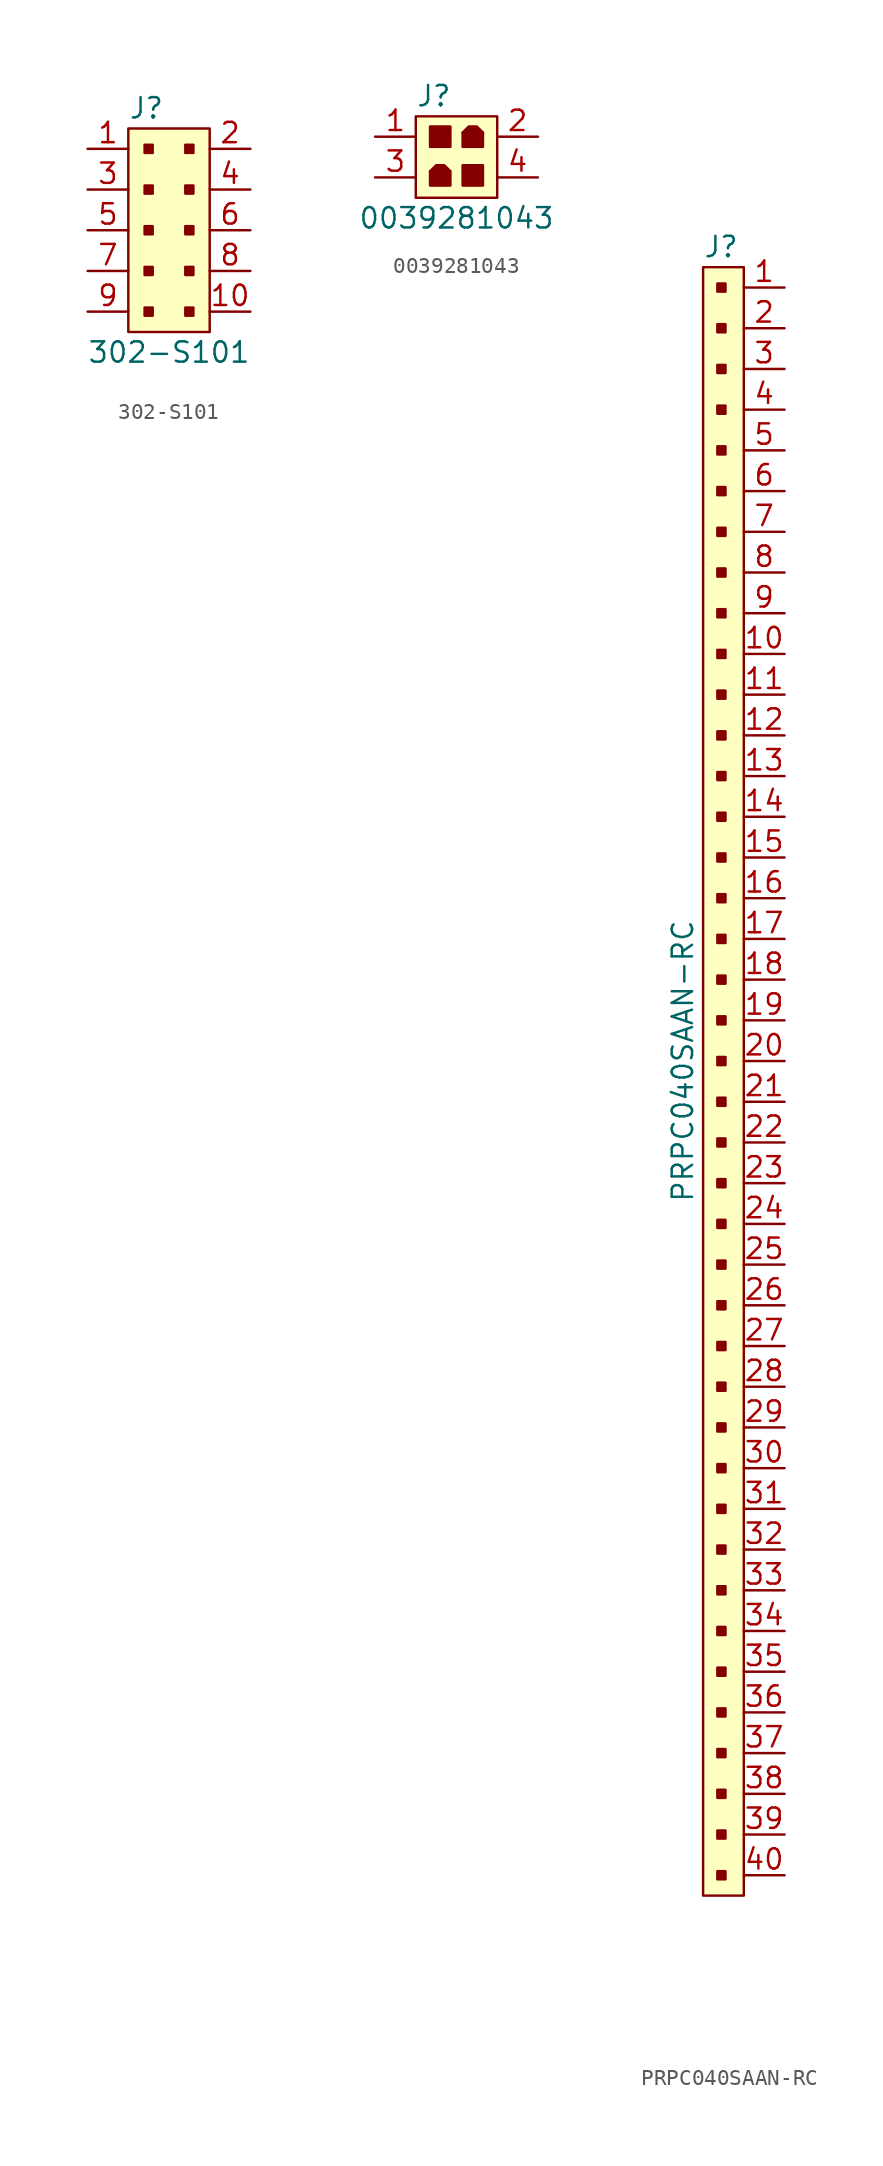
<source format=kicad_sym>
(kicad_symbol_lib
  (version 20220914)
  (generator kicad_symbol_editor)
  (symbol "302-S101"
    (pin_names
      (offset 1.016))
    (property "Reference" "J"
      (at -2.54 7.62 0)
      (effects (font (size 1.27 1.27)) (justify left)))
    (property "Value" "302-S101"
      (at 0 -7.62 0)
      (effects (font (size 1.27 1.27))))
    (symbol "302-S101_1_1"
      (rectangle (start -2.54 6.35) (end 2.54 -6.35) (stroke (width 0) (type solid)) (fill (type background)))
      (rectangle (start -1.524 -4.826) (end -1.016 -5.334) (stroke (width 0) (type solid)) (fill (type outline)))
      (rectangle (start -1.524 -2.286) (end -1.016 -2.794) (stroke (width 0) (type solid)) (fill (type outline)))
      (rectangle (start -1.524 0.254) (end -1.016 -0.254) (stroke (width 0) (type solid)) (fill (type outline)))
      (rectangle (start -1.524 2.794) (end -1.016 2.286) (stroke (width 0) (type solid)) (fill (type outline)))
      (rectangle (start -1.524 5.334) (end -1.016 4.826) (stroke (width 0) (type solid)) (fill (type outline)))
      (rectangle (start 1.016 -4.826) (end 1.524 -5.334) (stroke (width 0) (type solid)) (fill (type outline)))
      (rectangle (start 1.016 -2.286) (end 1.524 -2.794) (stroke (width 0) (type solid)) (fill (type outline)))
      (rectangle (start 1.016 0.254) (end 1.524 -0.254) (stroke (width 0) (type solid)) (fill (type outline)))
      (rectangle (start 1.016 2.794) (end 1.524 2.286) (stroke (width 0) (type solid)) (fill (type outline)))
      (rectangle (start 1.016 5.334) (end 1.524 4.826) (stroke (width 0) (type solid)) (fill (type outline)))
      (pin passive line (at -5.08 5.08 0) (length 2.54) (name "~" (effects (font (size 1.27 1.27)))) (number "1" (effects (font (size 1.27 1.27)))))
      (pin passive line (at 5.08 -5.08 180) (length 2.54) (name "~" (effects (font (size 1.27 1.27)))) (number "10" (effects (font (size 1.27 1.27)))))
      (pin passive line (at 5.08 5.08 180) (length 2.54) (name "~" (effects (font (size 1.27 1.27)))) (number "2" (effects (font (size 1.27 1.27)))))
      (pin passive line (at -5.08 2.54 0) (length 2.54) (name "~" (effects (font (size 1.27 1.27)))) (number "3" (effects (font (size 1.27 1.27)))))
      (pin passive line (at 5.08 2.54 180) (length 2.54) (name "~" (effects (font (size 1.27 1.27)))) (number "4" (effects (font (size 1.27 1.27)))))
      (pin passive line (at -5.08 0 0) (length 2.54) (name "~" (effects (font (size 1.27 1.27)))) (number "5" (effects (font (size 1.27 1.27)))))
      (pin passive line (at 5.08 0 180) (length 2.54) (name "~" (effects (font (size 1.27 1.27)))) (number "6" (effects (font (size 1.27 1.27)))))
      (pin passive line (at -5.08 -2.54 0) (length 2.54) (name "~" (effects (font (size 1.27 1.27)))) (number "7" (effects (font (size 1.27 1.27)))))
      (pin passive line (at 5.08 -2.54 180) (length 2.54) (name "~" (effects (font (size 1.27 1.27)))) (number "8" (effects (font (size 1.27 1.27)))))
      (pin passive line (at -5.08 -5.08 0) (length 2.54) (name "~" (effects (font (size 1.27 1.27)))) (number "9" (effects (font (size 1.27 1.27)))))))
  (symbol "0039281043"
    (pin_names
      (offset 1.016))
    (property "Reference" "J"
      (at -2.54 5.08 0)
      (effects (font (size 1.27 1.27)) (justify left)))
    (property "Value" "0039281043"
      (at 0 -2.54 0)
      (effects (font (size 1.27 1.27))))
    (symbol "0039281043_0_1"
      (polyline (pts (xy -0.381 0.381) (xy -0.762 0.762) (xy -1.27 0.762) (xy -1.651 0.381)) (stroke (width 0) (type solid)) (fill (type outline)))
      (polyline (pts (xy 0.381 2.794) (xy 0.762 3.175) (xy 1.27 3.175) (xy 1.651 2.794)) (stroke (width 0) (type solid)) (fill (type outline))))
    (symbol "0039281043_1_1"
      (rectangle (start -2.54 3.81) (end 2.54 -1.27) (stroke (width 0) (type solid)) (fill (type background)))
      (rectangle (start -1.651 3.175) (end -0.381 1.905) (stroke (width 0) (type solid)) (fill (type outline)))
      (rectangle (start -0.381 0.381) (end -1.651 -0.508) (stroke (width 0) (type solid)) (fill (type outline)))
      (rectangle (start 0.381 2.794) (end 1.651 1.905) (stroke (width 0) (type solid)) (fill (type outline)))
      (rectangle (start 1.651 0.762) (end 0.381 -0.508) (stroke (width 0) (type solid)) (fill (type outline)))
      (pin passive line (at -5.08 2.54 0) (length 2.54) (name "~" (effects (font (size 1.27 1.27)))) (number "1" (effects (font (size 1.27 1.27)))))
      (pin passive line (at 5.08 2.54 180) (length 2.54) (name "~" (effects (font (size 1.27 1.27)))) (number "2" (effects (font (size 1.27 1.27)))))
      (pin passive line (at -5.08 0 0) (length 2.54) (name "~" (effects (font (size 1.27 1.27)))) (number "3" (effects (font (size 1.27 1.27)))))
      (pin passive line (at 5.08 0 180) (length 2.54) (name "~" (effects (font (size 1.27 1.27)))) (number "4" (effects (font (size 1.27 1.27)))))))
  (symbol "PRPC040SAAN-RC"
    (pin_names
      (offset 1.016) hide)
    (property "Reference" "J"
      (at -2.54 2.54 0)
      (effects (font (size 1.27 1.27)) (justify left)))
    (property "Value" "PRPC040SAAN-RC"
      (at -3.81 -48.26 90)
      (effects (font (size 1.27 1.27))))
    (symbol "PRPC040SAAN-RC_1_1"
      (rectangle (start -1.143 -98.806) (end -1.651 -99.314) (stroke (width 0) (type solid)) (fill (type outline)))
      (rectangle (start -1.143 -96.266) (end -1.651 -96.774) (stroke (width 0) (type solid)) (fill (type outline)))
      (rectangle (start -1.143 -93.726) (end -1.651 -94.234) (stroke (width 0) (type solid)) (fill (type outline)))
      (rectangle (start -1.143 -91.186) (end -1.651 -91.694) (stroke (width 0) (type solid)) (fill (type outline)))
      (rectangle (start -1.143 -88.646) (end -1.651 -89.154) (stroke (width 0) (type solid)) (fill (type outline)))
      (rectangle (start -1.143 -86.106) (end -1.651 -86.614) (stroke (width 0) (type solid)) (fill (type outline)))
      (rectangle (start -1.143 -83.566) (end -1.651 -84.074) (stroke (width 0) (type solid)) (fill (type outline)))
      (rectangle (start -1.143 -81.026) (end -1.651 -81.534) (stroke (width 0) (type solid)) (fill (type outline)))
      (rectangle (start -1.143 -78.486) (end -1.651 -78.994) (stroke (width 0) (type solid)) (fill (type outline)))
      (rectangle (start -1.143 -75.946) (end -1.651 -76.454) (stroke (width 0) (type solid)) (fill (type outline)))
      (rectangle (start -1.143 -73.406) (end -1.651 -73.914) (stroke (width 0) (type solid)) (fill (type outline)))
      (rectangle (start -1.143 -70.866) (end -1.651 -71.374) (stroke (width 0) (type solid)) (fill (type outline)))
      (rectangle (start -1.143 -68.326) (end -1.651 -68.834) (stroke (width 0) (type solid)) (fill (type outline)))
      (rectangle (start -1.143 -65.786) (end -1.651 -66.294) (stroke (width 0) (type solid)) (fill (type outline)))
      (rectangle (start -1.143 -63.246) (end -1.651 -63.754) (stroke (width 0) (type solid)) (fill (type outline)))
      (rectangle (start -1.143 -60.706) (end -1.651 -61.214) (stroke (width 0) (type solid)) (fill (type outline)))
      (rectangle (start -1.143 -58.166) (end -1.651 -58.674) (stroke (width 0) (type solid)) (fill (type outline)))
      (rectangle (start -1.143 -55.626) (end -1.651 -56.134) (stroke (width 0) (type solid)) (fill (type outline)))
      (rectangle (start -1.143 -53.086) (end -1.651 -53.594) (stroke (width 0) (type solid)) (fill (type outline)))
      (rectangle (start -1.143 -50.546) (end -1.651 -51.054) (stroke (width 0) (type solid)) (fill (type outline)))
      (rectangle (start -1.143 -48.006) (end -1.651 -48.514) (stroke (width 0) (type solid)) (fill (type outline)))
      (rectangle (start -1.143 -45.466) (end -1.651 -45.974) (stroke (width 0) (type solid)) (fill (type outline)))
      (rectangle (start -1.143 -42.926) (end -1.651 -43.434) (stroke (width 0) (type solid)) (fill (type outline)))
      (rectangle (start -1.143 -40.386) (end -1.651 -40.894) (stroke (width 0) (type solid)) (fill (type outline)))
      (rectangle (start -1.143 -37.846) (end -1.651 -38.354) (stroke (width 0) (type solid)) (fill (type outline)))
      (rectangle (start -1.143 -35.306) (end -1.651 -35.814) (stroke (width 0) (type solid)) (fill (type outline)))
      (rectangle (start -1.143 -32.766) (end -1.651 -33.274) (stroke (width 0) (type solid)) (fill (type outline)))
      (rectangle (start -1.143 -30.226) (end -1.651 -30.734) (stroke (width 0) (type solid)) (fill (type outline)))
      (rectangle (start -1.143 -27.686) (end -1.651 -28.194) (stroke (width 0) (type solid)) (fill (type outline)))
      (rectangle (start -1.143 -25.146) (end -1.651 -25.654) (stroke (width 0) (type solid)) (fill (type outline)))
      (rectangle (start -1.143 -22.606) (end -1.651 -23.114) (stroke (width 0) (type solid)) (fill (type outline)))
      (rectangle (start -1.143 -20.066) (end -1.651 -20.574) (stroke (width 0) (type solid)) (fill (type outline)))
      (rectangle (start -1.143 -17.526) (end -1.651 -18.034) (stroke (width 0) (type solid)) (fill (type outline)))
      (rectangle (start -1.143 -14.986) (end -1.651 -15.494) (stroke (width 0) (type solid)) (fill (type outline)))
      (rectangle (start -1.143 -12.446) (end -1.651 -12.954) (stroke (width 0) (type solid)) (fill (type outline)))
      (rectangle (start -1.143 -9.906) (end -1.651 -10.414) (stroke (width 0) (type solid)) (fill (type outline)))
      (rectangle (start -1.143 -7.366) (end -1.651 -7.874) (stroke (width 0) (type solid)) (fill (type outline)))
      (rectangle (start -1.143 -4.826) (end -1.651 -5.334) (stroke (width 0) (type solid)) (fill (type outline)))
      (rectangle (start -1.143 -2.286) (end -1.651 -2.794) (stroke (width 0) (type solid)) (fill (type outline)))
      (rectangle (start -1.143 0.254) (end -1.651 -0.254) (stroke (width 0) (type solid)) (fill (type outline)))
      (rectangle (start 0 1.27) (end -2.54 -100.33) (stroke (width 0) (type solid)) (fill (type background)))
      (pin passive line (at 2.54 0 180) (length 2.54) (name "~" (effects (font (size 1.27 1.27)))) (number "1" (effects (font (size 1.27 1.27)))))
      (pin passive line (at 2.54 -22.86 180) (length 2.54) (name "~" (effects (font (size 1.27 1.27)))) (number "10" (effects (font (size 1.27 1.27)))))
      (pin passive line (at 2.54 -25.4 180) (length 2.54) (name "~" (effects (font (size 1.27 1.27)))) (number "11" (effects (font (size 1.27 1.27)))))
      (pin passive line (at 2.54 -27.94 180) (length 2.54) (name "~" (effects (font (size 1.27 1.27)))) (number "12" (effects (font (size 1.27 1.27)))))
      (pin passive line (at 2.54 -30.48 180) (length 2.54) (name "~" (effects (font (size 1.27 1.27)))) (number "13" (effects (font (size 1.27 1.27)))))
      (pin passive line (at 2.54 -33.02 180) (length 2.54) (name "~" (effects (font (size 1.27 1.27)))) (number "14" (effects (font (size 1.27 1.27)))))
      (pin passive line (at 2.54 -35.56 180) (length 2.54) (name "~" (effects (font (size 1.27 1.27)))) (number "15" (effects (font (size 1.27 1.27)))))
      (pin passive line (at 2.54 -38.1 180) (length 2.54) (name "~" (effects (font (size 1.27 1.27)))) (number "16" (effects (font (size 1.27 1.27)))))
      (pin passive line (at 2.54 -40.64 180) (length 2.54) (name "~" (effects (font (size 1.27 1.27)))) (number "17" (effects (font (size 1.27 1.27)))))
      (pin passive line (at 2.54 -43.18 180) (length 2.54) (name "~" (effects (font (size 1.27 1.27)))) (number "18" (effects (font (size 1.27 1.27)))))
      (pin passive line (at 2.54 -45.72 180) (length 2.54) (name "~" (effects (font (size 1.27 1.27)))) (number "19" (effects (font (size 1.27 1.27)))))
      (pin passive line (at 2.54 -2.54 180) (length 2.54) (name "~" (effects (font (size 1.27 1.27)))) (number "2" (effects (font (size 1.27 1.27)))))
      (pin passive line (at 2.54 -48.26 180) (length 2.54) (name "~" (effects (font (size 1.27 1.27)))) (number "20" (effects (font (size 1.27 1.27)))))
      (pin passive line (at 2.54 -50.8 180) (length 2.54) (name "~" (effects (font (size 1.27 1.27)))) (number "21" (effects (font (size 1.27 1.27)))))
      (pin passive line (at 2.54 -53.34 180) (length 2.54) (name "~" (effects (font (size 1.27 1.27)))) (number "22" (effects (font (size 1.27 1.27)))))
      (pin passive line (at 2.54 -55.88 180) (length 2.54) (name "~" (effects (font (size 1.27 1.27)))) (number "23" (effects (font (size 1.27 1.27)))))
      (pin passive line (at 2.54 -58.42 180) (length 2.54) (name "~" (effects (font (size 1.27 1.27)))) (number "24" (effects (font (size 1.27 1.27)))))
      (pin passive line (at 2.54 -60.96 180) (length 2.54) (name "~" (effects (font (size 1.27 1.27)))) (number "25" (effects (font (size 1.27 1.27)))))
      (pin passive line (at 2.54 -63.5 180) (length 2.54) (name "~" (effects (font (size 1.27 1.27)))) (number "26" (effects (font (size 1.27 1.27)))))
      (pin passive line (at 2.54 -66.04 180) (length 2.54) (name "~" (effects (font (size 1.27 1.27)))) (number "27" (effects (font (size 1.27 1.27)))))
      (pin passive line (at 2.54 -68.58 180) (length 2.54) (name "~" (effects (font (size 1.27 1.27)))) (number "28" (effects (font (size 1.27 1.27)))))
      (pin passive line (at 2.54 -71.12 180) (length 2.54) (name "~" (effects (font (size 1.27 1.27)))) (number "29" (effects (font (size 1.27 1.27)))))
      (pin passive line (at 2.54 -5.08 180) (length 2.54) (name "~" (effects (font (size 1.27 1.27)))) (number "3" (effects (font (size 1.27 1.27)))))
      (pin passive line (at 2.54 -73.66 180) (length 2.54) (name "~" (effects (font (size 1.27 1.27)))) (number "30" (effects (font (size 1.27 1.27)))))
      (pin passive line (at 2.54 -76.2 180) (length 2.54) (name "~" (effects (font (size 1.27 1.27)))) (number "31" (effects (font (size 1.27 1.27)))))
      (pin passive line (at 2.54 -78.74 180) (length 2.54) (name "~" (effects (font (size 1.27 1.27)))) (number "32" (effects (font (size 1.27 1.27)))))
      (pin passive line (at 2.54 -81.28 180) (length 2.54) (name "~" (effects (font (size 1.27 1.27)))) (number "33" (effects (font (size 1.27 1.27)))))
      (pin passive line (at 2.54 -83.82 180) (length 2.54) (name "~" (effects (font (size 1.27 1.27)))) (number "34" (effects (font (size 1.27 1.27)))))
      (pin passive line (at 2.54 -86.36 180) (length 2.54) (name "~" (effects (font (size 1.27 1.27)))) (number "35" (effects (font (size 1.27 1.27)))))
      (pin passive line (at 2.54 -88.9 180) (length 2.54) (name "~" (effects (font (size 1.27 1.27)))) (number "36" (effects (font (size 1.27 1.27)))))
      (pin passive line (at 2.54 -91.44 180) (length 2.54) (name "~" (effects (font (size 1.27 1.27)))) (number "37" (effects (font (size 1.27 1.27)))))
      (pin passive line (at 2.54 -93.98 180) (length 2.54) (name "~" (effects (font (size 1.27 1.27)))) (number "38" (effects (font (size 1.27 1.27)))))
      (pin passive line (at 2.54 -96.52 180) (length 2.54) (name "~" (effects (font (size 1.27 1.27)))) (number "39" (effects (font (size 1.27 1.27)))))
      (pin passive line (at 2.54 -7.62 180) (length 2.54) (name "~" (effects (font (size 1.27 1.27)))) (number "4" (effects (font (size 1.27 1.27)))))
      (pin passive line (at 2.54 -99.06 180) (length 2.54) (name "~" (effects (font (size 1.27 1.27)))) (number "40" (effects (font (size 1.27 1.27)))))
      (pin passive line (at 2.54 -10.16 180) (length 2.54) (name "~" (effects (font (size 1.27 1.27)))) (number "5" (effects (font (size 1.27 1.27)))))
      (pin passive line (at 2.54 -12.7 180) (length 2.54) (name "~" (effects (font (size 1.27 1.27)))) (number "6" (effects (font (size 1.27 1.27)))))
      (pin passive line (at 2.54 -15.24 180) (length 2.54) (name "~" (effects (font (size 1.27 1.27)))) (number "7" (effects (font (size 1.27 1.27)))))
      (pin passive line (at 2.54 -17.78 180) (length 2.54) (name "~" (effects (font (size 1.27 1.27)))) (number "8" (effects (font (size 1.27 1.27)))))
      (pin passive line (at 2.54 -20.32 180) (length 2.54) (name "~" (effects (font (size 1.27 1.27)))) (number "9" (effects (font (size 1.27 1.27))))))))
</source>
